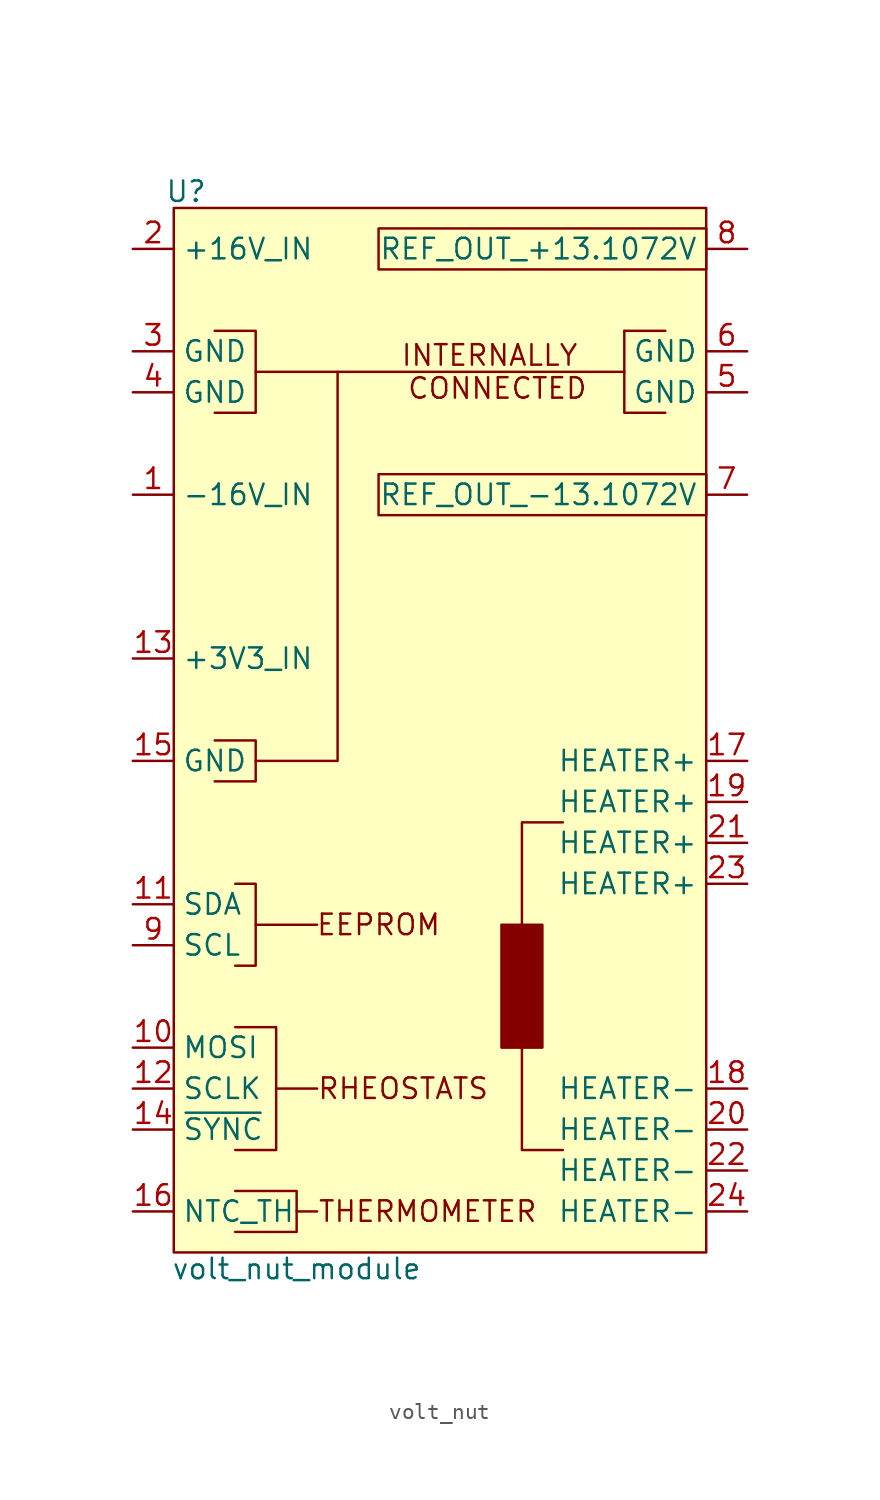
<source format=kicad_sym>
(kicad_symbol_lib
  (version 20231120)
  (generator "kicad_symbol_editor")
  (generator_version "8.0")
  (symbol "volt_nut"
    (property "Reference" "U"
      (at -15.748 32.766 0)
      (effects (font (size 1.27 1.27))))
    (property "Value" "volt_nut_module"
      (at -8.89 -34.036 0)
      (effects (font (size 1.27 1.27))))
    (symbol "volt_nut_1_1"
      (rectangle (start -16.51 31.75) (end 16.51 -33.02) (stroke (width 0) (type default)) (fill (type background)))
      (rectangle (start -3.81 15.24) (end 16.51 12.7) (stroke (width 0) (type default)) (fill (type none)))
      (rectangle (start -3.81 30.48) (end 16.51 27.94) (stroke (width 0) (type default)) (fill (type none)))
      (polyline (pts (xy -11.43 -12.7) (xy -7.62 -12.7)) (stroke (width 0) (type default)) (fill (type none)))
      (polyline (pts (xy -10.16 -22.86) (xy -7.62 -22.86)) (stroke (width 0) (type default)) (fill (type none)))
      (polyline (pts (xy -8.89 -30.48) (xy -7.62 -30.48)) (stroke (width 0) (type default)) (fill (type none)))
      (polyline (pts (xy -6.35 21.59) (xy 11.43 21.59)) (stroke (width 0) (type default)) (fill (type none)))
      (polyline (pts (xy 11.43 24.13) (xy 13.97 24.13)) (stroke (width 0) (type default)) (fill (type none)))
      (polyline (pts (xy 5.08 -20.32) (xy 5.08 -26.67) (xy 7.62 -26.67)) (stroke (width 0) (type default)) (fill (type none)))
      (polyline (pts (xy 5.08 -12.7) (xy 5.08 -6.35) (xy 7.62 -6.35)) (stroke (width 0) (type default)) (fill (type none)))
      (polyline (pts (xy 11.43 24.13) (xy 11.43 19.05) (xy 13.97 19.05)) (stroke (width 0) (type default)) (fill (type none)))
      (polyline (pts (xy -13.97 -1.27) (xy -11.43 -1.27) (xy -11.43 -3.81) (xy -13.97 -3.81)) (stroke (width 0) (type default)) (fill (type none)))
      (polyline (pts (xy -13.97 24.13) (xy -11.43 24.13) (xy -11.43 19.05) (xy -13.97 19.05)) (stroke (width 0) (type default)) (fill (type none)))
      (polyline (pts (xy -12.7 -29.21) (xy -8.89 -29.21) (xy -8.89 -31.75) (xy -12.7 -31.75)) (stroke (width 0) (type default)) (fill (type none)))
      (polyline (pts (xy -12.7 -19.05) (xy -10.16 -19.05) (xy -10.16 -26.67) (xy -12.7 -26.67)) (stroke (width 0) (type default)) (fill (type none)))
      (polyline (pts (xy -12.7 -10.16) (xy -11.43 -10.16) (xy -11.43 -15.24) (xy -12.7 -15.24)) (stroke (width 0) (type default)) (fill (type none)))
      (polyline (pts (xy -11.43 -2.54) (xy -6.35 -2.54) (xy -6.35 21.59) (xy -11.43 21.59)) (stroke (width 0) (type default)) (fill (type none)))
      (rectangle (start 3.81 -12.7) (end 6.35 -20.32) (stroke (width 0) (type default)) (fill (type outline)))
      (text "EEPROM" (at -3.81 -12.7 0) (effects (font (size 1.27 1.27))))
      (text "INTERNALLY \nCONNECTED" (at 3.556 21.59 0) (effects (font (size 1.27 1.27))))
      (text "RHEOSTATS" (at -2.286 -22.86 0) (effects (font (size 1.27 1.27))))
      (text "THERMOMETER" (at -0.762 -30.48 0) (effects (font (size 1.27 1.27))))
      (pin passive line (at -19.05 13.97 0) (length 2.54) (name "-16V_IN" (effects (font (size 1.27 1.27)))) (number "1" (effects (font (size 1.27 1.27)))))
      (pin passive line (at -19.05 -20.32 0) (length 2.54) (name "MOSI" (effects (font (size 1.27 1.27)))) (number "10" (effects (font (size 1.27 1.27)))))
      (pin passive line (at -19.05 -11.43 0) (length 2.54) (name "SDA" (effects (font (size 1.27 1.27)))) (number "11" (effects (font (size 1.27 1.27)))))
      (pin passive line (at -19.05 -22.86 0) (length 2.54) (name "SCLK" (effects (font (size 1.27 1.27)))) (number "12" (effects (font (size 1.27 1.27)))))
      (pin passive line (at -19.05 3.81 0) (length 2.54) (name "+3V3_IN" (effects (font (size 1.27 1.27)))) (number "13" (effects (font (size 1.27 1.27)))))
      (pin passive line (at -19.05 -25.4 0) (length 2.54) (name "~{SYNC}" (effects (font (size 1.27 1.27)))) (number "14" (effects (font (size 1.27 1.27)))))
      (pin passive line (at -19.05 -2.54 0) (length 2.54) (name "GND" (effects (font (size 1.27 1.27)))) (number "15" (effects (font (size 1.27 1.27)))))
      (pin passive line (at -19.05 -30.48 0) (length 2.54) (name "NTC_TH" (effects (font (size 1.27 1.27)))) (number "16" (effects (font (size 1.27 1.27)))))
      (pin passive line (at 19.05 -2.54 180) (length 2.54) (name "HEATER+" (effects (font (size 1.27 1.27)))) (number "17" (effects (font (size 1.27 1.27)))))
      (pin passive line (at 19.05 -22.86 180) (length 2.54) (name "HEATER-" (effects (font (size 1.27 1.27)))) (number "18" (effects (font (size 1.27 1.27)))))
      (pin passive line (at 19.05 -5.08 180) (length 2.54) (name "HEATER+" (effects (font (size 1.27 1.27)))) (number "19" (effects (font (size 1.27 1.27)))))
      (pin passive line (at -19.05 29.21 0) (length 2.54) (name "+16V_IN" (effects (font (size 1.27 1.27)))) (number "2" (effects (font (size 1.27 1.27)))))
      (pin passive line (at 19.05 -25.4 180) (length 2.54) (name "HEATER-" (effects (font (size 1.27 1.27)))) (number "20" (effects (font (size 1.27 1.27)))))
      (pin passive line (at 19.05 -7.62 180) (length 2.54) (name "HEATER+" (effects (font (size 1.27 1.27)))) (number "21" (effects (font (size 1.27 1.27)))))
      (pin passive line (at 19.05 -27.94 180) (length 2.54) (name "HEATER-" (effects (font (size 1.27 1.27)))) (number "22" (effects (font (size 1.27 1.27)))))
      (pin passive line (at 19.05 -10.16 180) (length 2.54) (name "HEATER+" (effects (font (size 1.27 1.27)))) (number "23" (effects (font (size 1.27 1.27)))))
      (pin passive line (at 19.05 -30.48 180) (length 2.54) (name "HEATER-" (effects (font (size 1.27 1.27)))) (number "24" (effects (font (size 1.27 1.27)))))
      (pin passive line (at -19.05 22.86 0) (length 2.54) (name "GND" (effects (font (size 1.27 1.27)))) (number "3" (effects (font (size 1.27 1.27)))))
      (pin passive line (at -19.05 20.32 0) (length 2.54) (name "GND" (effects (font (size 1.27 1.27)))) (number "4" (effects (font (size 1.27 1.27)))))
      (pin passive line (at 19.05 20.32 180) (length 2.54) (name "GND" (effects (font (size 1.27 1.27)))) (number "5" (effects (font (size 1.27 1.27)))))
      (pin passive line (at 19.05 22.86 180) (length 2.54) (name "GND" (effects (font (size 1.27 1.27)))) (number "6" (effects (font (size 1.27 1.27)))))
      (pin output line (at 19.05 13.97 180) (length 2.54) (name "REF_OUT_-13.1072V" (effects (font (size 1.27 1.27)))) (number "7" (effects (font (size 1.27 1.27)))))
      (pin output line (at 19.05 29.21 180) (length 2.54) (name "REF_OUT_+13.1072V" (effects (font (size 1.27 1.27)))) (number "8" (effects (font (size 1.27 1.27)))))
      (pin passive line (at -19.05 -13.97 0) (length 2.54) (name "SCL" (effects (font (size 1.27 1.27)))) (number "9" (effects (font (size 1.27 1.27))))))))
</source>
